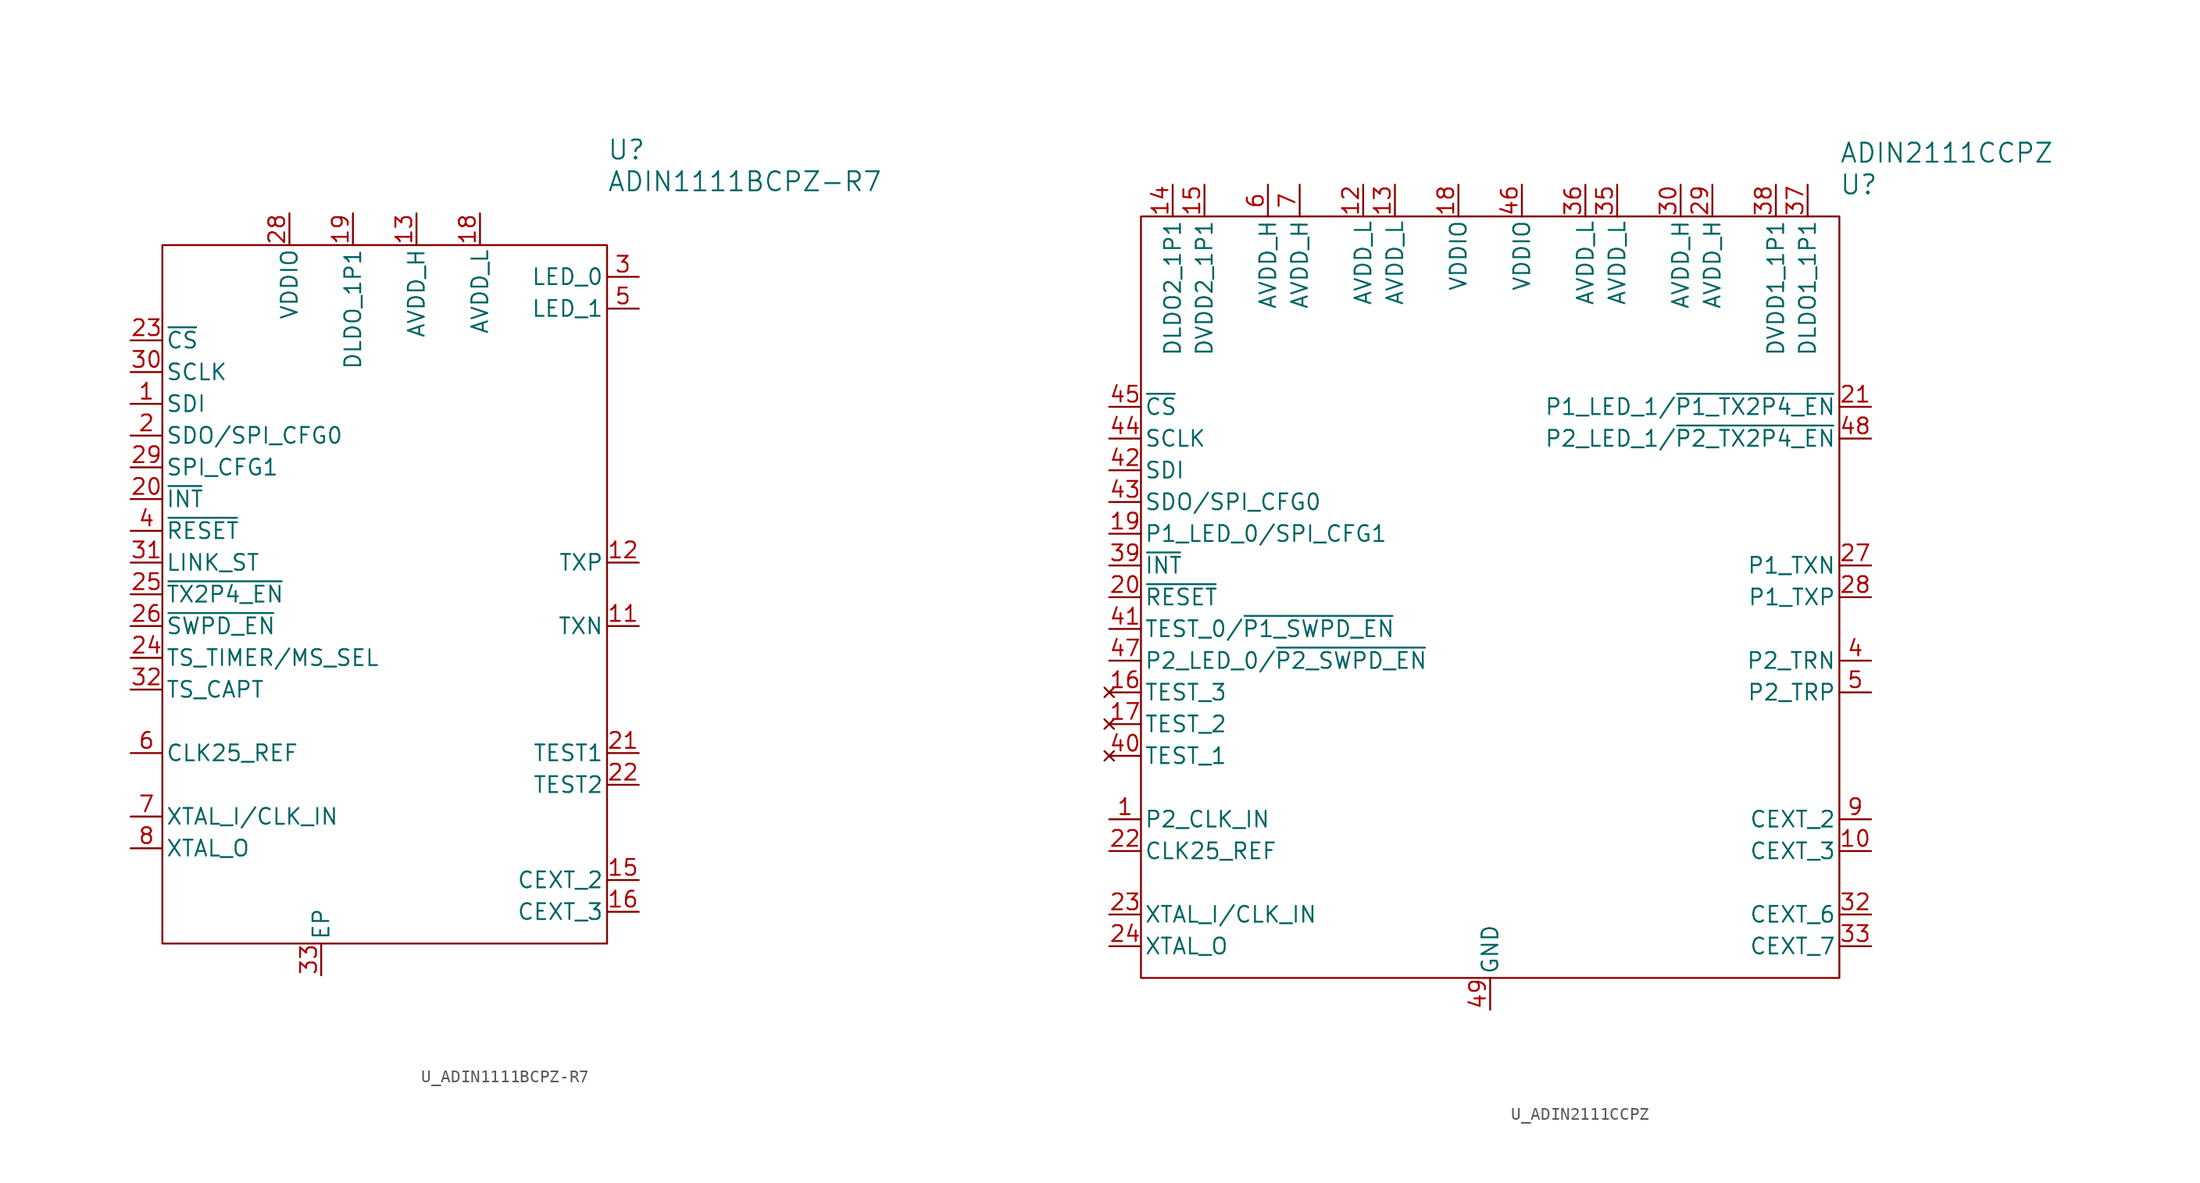
<source format=kicad_sym>
(kicad_symbol_lib
  (version 20241209)
  (generator "kicad_symbol_editor")
  (generator_version "9.0")
  (symbol "U_ADIN1111BCPZ-R7"
    (pin_names
      (offset 0.254))
    (property "Reference" "U"
      (at 17.78 35.56 0)
      (effects (font (size 1.524 1.524)) (justify left)))
    (property "Value" "ADIN1111BCPZ-R7"
      (at 17.78 33.02 0)
      (effects (font (size 1.524 1.524)) (justify left)))
    (symbol "U_ADIN1111BCPZ-R7_0_1"
      (rectangle (start -17.78 27.94) (end 17.78 -27.94) (stroke (width 0) (type default)) (fill (type none)))
      (pin input line (at -20.32 17.78 0) (length 2.54) (name "SCLK" (effects (font (size 1.27 1.27)))) (number "30" (effects (font (size 1.27 1.27)))))
      (pin input line (at -20.32 15.24 0) (length 2.54) (name "SDI" (effects (font (size 1.27 1.27)))) (number "1" (effects (font (size 1.27 1.27)))))
      (pin output line (at -20.32 2.54 0) (length 2.54) (name "LINK_ST" (effects (font (size 1.27 1.27)))) (number "31" (effects (font (size 1.27 1.27)))))
      (pin output line (at -20.32 -5.08 0) (length 2.54) (name "TS_TIMER/MS_SEL" (effects (font (size 1.27 1.27)))) (number "24" (effects (font (size 1.27 1.27)))))
      (pin output line (at -20.32 -12.7 0) (length 2.54) (name "CLK25_REF" (effects (font (size 1.27 1.27)))) (number "6" (effects (font (size 1.27 1.27)))))
      (pin input line (at -20.32 -17.78 0) (length 2.54) (name "XTAL_I/CLK_IN" (effects (font (size 1.27 1.27)))) (number "7" (effects (font (size 1.27 1.27)))))
      (pin output line (at -20.32 -20.32 0) (length 2.54) (name "XTAL_O" (effects (font (size 1.27 1.27)))) (number "8" (effects (font (size 1.27 1.27)))))
      (pin power_in line (at -7.62 30.48 270) (length 2.54) (name "VDDIO" (effects (font (size 1.27 1.27)))) (number "28" (effects (font (size 1.27 1.27)))))
      (pin output line (at -2.54 30.48 270) (length 2.54) (name "DLDO_1P1" (effects (font (size 1.27 1.27)))) (number "19" (effects (font (size 1.27 1.27)))))
      (pin power_in line (at 2.54 30.48 270) (length 2.54) (name "AVDD_H" (effects (font (size 1.27 1.27)))) (number "13" (effects (font (size 1.27 1.27)))))
      (pin power_in line (at 7.62 30.48 270) (length 2.54) (name "AVDD_L" (effects (font (size 1.27 1.27)))) (number "18" (effects (font (size 1.27 1.27)))))
      (pin bidirectional line (at 20.32 25.4 180) (length 2.54) (name "LED_0" (effects (font (size 1.27 1.27)))) (number "3" (effects (font (size 1.27 1.27)))))
      (pin bidirectional line (at 20.32 22.86 180) (length 2.54) (name "LED_1" (effects (font (size 1.27 1.27)))) (number "5" (effects (font (size 1.27 1.27))))))
    (symbol "U_ADIN1111BCPZ-R7_1_1"
      (pin input line (at -20.32 20.32 0) (length 2.54) (name "~{CS}" (effects (font (size 1.27 1.27)))) (number "23" (effects (font (size 1.27 1.27)))))
      (pin bidirectional line (at -20.32 12.7 0) (length 2.54) (name "SDO/SPI_CFG0" (effects (font (size 1.27 1.27)))) (number "2" (effects (font (size 1.27 1.27)))))
      (pin input line (at -20.32 10.16 0) (length 2.54) (name "SPI_CFG1" (effects (font (size 1.27 1.27)))) (number "29" (effects (font (size 1.27 1.27)))))
      (pin output line (at -20.32 7.62 0) (length 2.54) (name "~{INT}" (effects (font (size 1.27 1.27)))) (number "20" (effects (font (size 1.27 1.27)))))
      (pin input line (at -20.32 5.08 0) (length 2.54) (name "~{RESET}" (effects (font (size 1.27 1.27)))) (number "4" (effects (font (size 1.27 1.27)))))
      (pin input line (at -20.32 0 0) (length 2.54) (name "~{TX2P4_EN}" (effects (font (size 1.27 1.27)))) (number "25" (effects (font (size 1.27 1.27)))))
      (pin input line (at -20.32 -2.54 0) (length 2.54) (name "~{SWPD_EN}" (effects (font (size 1.27 1.27)))) (number "26" (effects (font (size 1.27 1.27)))))
      (pin input line (at -20.32 -7.62 0) (length 2.54) (name "TS_CAPT" (effects (font (size 1.27 1.27)))) (number "32" (effects (font (size 1.27 1.27)))))
      (pin power_in line (at -5.08 -30.48 90) (length 2.54) (name "EP" (effects (font (size 1.27 1.27)))) (number "33" (effects (font (size 1.27 1.27)))))
      (pin no_connect line (at -2.54 -30.48 90) (length 2.54) (hide yes) (name "DNC" (effects (font (size 1.27 1.27)))) (number "9" (effects (font (size 1.27 1.27)))))
      (pin no_connect line (at 0 -30.48 90) (length 2.54) (hide yes) (name "DNC" (effects (font (size 1.27 1.27)))) (number "10" (effects (font (size 1.27 1.27)))))
      (pin no_connect line (at 2.54 -30.48 90) (length 2.54) (hide yes) (name "DNC" (effects (font (size 1.27 1.27)))) (number "14" (effects (font (size 1.27 1.27)))))
      (pin no_connect line (at 5.08 -30.48 90) (length 2.54) (hide yes) (name "DNC" (effects (font (size 1.27 1.27)))) (number "17" (effects (font (size 1.27 1.27)))))
      (pin no_connect line (at 7.62 -30.48 90) (length 2.54) (hide yes) (name "DNC" (effects (font (size 1.27 1.27)))) (number "27" (effects (font (size 1.27 1.27)))))
      (pin bidirectional line (at 20.32 2.54 180) (length 2.54) (name "TXP" (effects (font (size 1.27 1.27)))) (number "12" (effects (font (size 1.27 1.27)))))
      (pin bidirectional line (at 20.32 -2.54 180) (length 2.54) (name "TXN" (effects (font (size 1.27 1.27)))) (number "11" (effects (font (size 1.27 1.27)))))
      (pin bidirectional line (at 20.32 -12.7 180) (length 2.54) (name "TEST1" (effects (font (size 1.27 1.27)))) (number "21" (effects (font (size 1.27 1.27)))))
      (pin bidirectional line (at 20.32 -15.24 180) (length 2.54) (name "TEST2" (effects (font (size 1.27 1.27)))) (number "22" (effects (font (size 1.27 1.27)))))
      (pin passive line (at 20.32 -22.86 180) (length 2.54) (name "CEXT_2" (effects (font (size 1.27 1.27)))) (number "15" (effects (font (size 1.27 1.27)))))
      (pin passive line (at 20.32 -25.4 180) (length 2.54) (name "CEXT_3" (effects (font (size 1.27 1.27)))) (number "16" (effects (font (size 1.27 1.27)))))))
  (symbol "U_ADIN2111CCPZ"
    (pin_names
      (offset 0.254))
    (property "Reference" "U"
      (at 27.94 33.02 0)
      (effects (font (size 1.524 1.524)) (justify left)))
    (property "Value" "ADIN2111CCPZ"
      (at 27.94 35.56 0)
      (effects (font (size 1.524 1.524)) (justify left)))
    (symbol "U_ADIN2111CCPZ_0_1"
      (rectangle (start -27.94 30.48) (end 27.94 -30.48) (stroke (width 0) (type default)) (fill (type none)))
      (pin input line (at -30.48 12.7 0) (length 2.54) (name "SCLK" (effects (font (size 1.27 1.27)))) (number "44" (effects (font (size 1.27 1.27)))))
      (pin input line (at -30.48 10.16 0) (length 2.54) (name "SDI" (effects (font (size 1.27 1.27)))) (number "42" (effects (font (size 1.27 1.27)))))
      (pin bidirectional line (at -30.48 7.62 0) (length 2.54) (name "SDO/SPI_CFG0" (effects (font (size 1.27 1.27)))) (number "43" (effects (font (size 1.27 1.27)))))
      (pin bidirectional line (at -30.48 5.08 0) (length 2.54) (name "P1_LED_0/SPI_CFG1" (effects (font (size 1.27 1.27)))) (number "19" (effects (font (size 1.27 1.27)))))
      (pin no_connect line (at -30.48 -7.62 0) (length 2.54) (name "TEST_3" (effects (font (size 1.27 1.27)))) (number "16" (effects (font (size 1.27 1.27)))))
      (pin no_connect line (at -30.48 -10.16 0) (length 2.54) (name "TEST_2" (effects (font (size 1.27 1.27)))) (number "17" (effects (font (size 1.27 1.27)))))
      (pin no_connect line (at -30.48 -12.7 0) (length 2.54) (name "TEST_1" (effects (font (size 1.27 1.27)))) (number "40" (effects (font (size 1.27 1.27)))))
      (pin bidirectional line (at -30.48 -17.78 0) (length 2.54) (name "P2_CLK_IN" (effects (font (size 1.27 1.27)))) (number "1" (effects (font (size 1.27 1.27)))))
      (pin input line (at -30.48 -25.4 0) (length 2.54) (name "XTAL_I/CLK_IN" (effects (font (size 1.27 1.27)))) (number "23" (effects (font (size 1.27 1.27)))))
      (pin output line (at -30.48 -27.94 0) (length 2.54) (name "XTAL_O" (effects (font (size 1.27 1.27)))) (number "24" (effects (font (size 1.27 1.27)))))
      (pin power_in line (at -25.4 33.02 270) (length 2.54) (name "DLDO2_1P1" (effects (font (size 1.27 1.27)))) (number "14" (effects (font (size 1.27 1.27)))))
      (pin power_in line (at -22.86 33.02 270) (length 2.54) (name "DVDD2_1P1" (effects (font (size 1.27 1.27)))) (number "15" (effects (font (size 1.27 1.27)))))
      (pin power_in line (at -17.78 33.02 270) (length 2.54) (name "AVDD_H" (effects (font (size 1.27 1.27)))) (number "6" (effects (font (size 1.27 1.27)))))
      (pin power_in line (at -15.24 33.02 270) (length 2.54) (name "AVDD_H" (effects (font (size 1.27 1.27)))) (number "7" (effects (font (size 1.27 1.27)))))
      (pin power_in line (at -10.16 33.02 270) (length 2.54) (name "AVDD_L" (effects (font (size 1.27 1.27)))) (number "12" (effects (font (size 1.27 1.27)))))
      (pin power_in line (at -7.62 33.02 270) (length 2.54) (name "AVDD_L" (effects (font (size 1.27 1.27)))) (number "13" (effects (font (size 1.27 1.27)))))
      (pin power_in line (at -2.54 33.02 270) (length 2.54) (name "VDDIO" (effects (font (size 1.27 1.27)))) (number "18" (effects (font (size 1.27 1.27)))))
      (pin power_in line (at 2.54 33.02 270) (length 2.54) (name "VDDIO" (effects (font (size 1.27 1.27)))) (number "46" (effects (font (size 1.27 1.27)))))
      (pin power_in line (at 7.62 33.02 270) (length 2.54) (name "AVDD_L" (effects (font (size 1.27 1.27)))) (number "36" (effects (font (size 1.27 1.27)))))
      (pin power_in line (at 10.16 33.02 270) (length 2.54) (name "AVDD_L" (effects (font (size 1.27 1.27)))) (number "35" (effects (font (size 1.27 1.27)))))
      (pin power_in line (at 15.24 33.02 270) (length 2.54) (name "AVDD_H" (effects (font (size 1.27 1.27)))) (number "30" (effects (font (size 1.27 1.27)))))
      (pin power_in line (at 17.78 33.02 270) (length 2.54) (name "AVDD_H" (effects (font (size 1.27 1.27)))) (number "29" (effects (font (size 1.27 1.27)))))
      (pin power_in line (at 22.86 33.02 270) (length 2.54) (name "DVDD1_1P1" (effects (font (size 1.27 1.27)))) (number "38" (effects (font (size 1.27 1.27)))))
      (pin power_in line (at 25.4 33.02 270) (length 2.54) (name "DLDO1_1P1" (effects (font (size 1.27 1.27)))) (number "37" (effects (font (size 1.27 1.27)))))
      (pin bidirectional line (at 30.48 2.54 180) (length 2.54) (name "P1_TXN" (effects (font (size 1.27 1.27)))) (number "27" (effects (font (size 1.27 1.27)))))
      (pin bidirectional line (at 30.48 0 180) (length 2.54) (name "P1_TXP" (effects (font (size 1.27 1.27)))) (number "28" (effects (font (size 1.27 1.27)))))
      (pin bidirectional line (at 30.48 -5.08 180) (length 2.54) (name "P2_TRN" (effects (font (size 1.27 1.27)))) (number "4" (effects (font (size 1.27 1.27)))))
      (pin bidirectional line (at 30.48 -7.62 180) (length 2.54) (name "P2_TRP" (effects (font (size 1.27 1.27)))) (number "5" (effects (font (size 1.27 1.27))))))
    (symbol "U_ADIN2111CCPZ_1_1"
      (pin input line (at -30.48 15.24 0) (length 2.54) (name "~{CS}" (effects (font (size 1.27 1.27)))) (number "45" (effects (font (size 1.27 1.27)))))
      (pin output line (at -30.48 2.54 0) (length 2.54) (name "~{INT}" (effects (font (size 1.27 1.27)))) (number "39" (effects (font (size 1.27 1.27)))))
      (pin input line (at -30.48 0 0) (length 2.54) (name "~{RESET}" (effects (font (size 1.27 1.27)))) (number "20" (effects (font (size 1.27 1.27)))))
      (pin bidirectional line (at -30.48 -2.54 0) (length 2.54) (name "TEST_0/~{P1_SWPD_EN}" (effects (font (size 1.27 1.27)))) (number "41" (effects (font (size 1.27 1.27)))))
      (pin bidirectional line (at -30.48 -5.08 0) (length 2.54) (name "P2_LED_0/~{P2_SWPD_EN}" (effects (font (size 1.27 1.27)))) (number "47" (effects (font (size 1.27 1.27)))))
      (pin input line (at -30.48 -20.32 0) (length 2.54) (name "CLK25_REF" (effects (font (size 1.27 1.27)))) (number "22" (effects (font (size 1.27 1.27)))))
      (pin no_connect line (at -10.16 -33.02 90) (length 2.54) (hide yes) (name "DNC" (effects (font (size 1.27 1.27)))) (number "2" (effects (font (size 1.27 1.27)))))
      (pin no_connect line (at -7.62 -33.02 90) (length 2.54) (hide yes) (name "DNC" (effects (font (size 1.27 1.27)))) (number "3" (effects (font (size 1.27 1.27)))))
      (pin no_connect line (at -5.08 -33.02 90) (length 2.54) (hide yes) (name "DNC" (effects (font (size 1.27 1.27)))) (number "8" (effects (font (size 1.27 1.27)))))
      (pin no_connect line (at -2.54 -33.02 90) (length 2.54) (hide yes) (name "DNC" (effects (font (size 1.27 1.27)))) (number "11" (effects (font (size 1.27 1.27)))))
      (pin power_in line (at 0 -33.02 90) (length 2.54) (name "GND" (effects (font (size 1.27 1.27)))) (number "49" (effects (font (size 1.27 1.27)))))
      (pin no_connect line (at 2.54 -33.02 90) (length 2.54) (hide yes) (name "DNC" (effects (font (size 1.27 1.27)))) (number "25" (effects (font (size 1.27 1.27)))))
      (pin no_connect line (at 5.08 -33.02 90) (length 2.54) (hide yes) (name "DNC" (effects (font (size 1.27 1.27)))) (number "26" (effects (font (size 1.27 1.27)))))
      (pin no_connect line (at 7.62 -33.02 90) (length 2.54) (hide yes) (name "DNC" (effects (font (size 1.27 1.27)))) (number "31" (effects (font (size 1.27 1.27)))))
      (pin no_connect line (at 10.16 -33.02 90) (length 2.54) (hide yes) (name "DNC" (effects (font (size 1.27 1.27)))) (number "34" (effects (font (size 1.27 1.27)))))
      (pin bidirectional line (at 30.48 15.24 180) (length 2.54) (name "P1_LED_1/~{P1_TX2P4_EN}" (effects (font (size 1.27 1.27)))) (number "21" (effects (font (size 1.27 1.27)))))
      (pin bidirectional line (at 30.48 12.7 180) (length 2.54) (name "P2_LED_1/~{P2_TX2P4_EN}" (effects (font (size 1.27 1.27)))) (number "48" (effects (font (size 1.27 1.27)))))
      (pin passive line (at 30.48 -17.78 180) (length 2.54) (name "CEXT_2" (effects (font (size 1.27 1.27)))) (number "9" (effects (font (size 1.27 1.27)))))
      (pin passive line (at 30.48 -20.32 180) (length 2.54) (name "CEXT_3" (effects (font (size 1.27 1.27)))) (number "10" (effects (font (size 1.27 1.27)))))
      (pin passive line (at 30.48 -25.4 180) (length 2.54) (name "CEXT_6" (effects (font (size 1.27 1.27)))) (number "32" (effects (font (size 1.27 1.27)))))
      (pin passive line (at 30.48 -27.94 180) (length 2.54) (name "CEXT_7" (effects (font (size 1.27 1.27)))) (number "33" (effects (font (size 1.27 1.27))))))))
</source>
